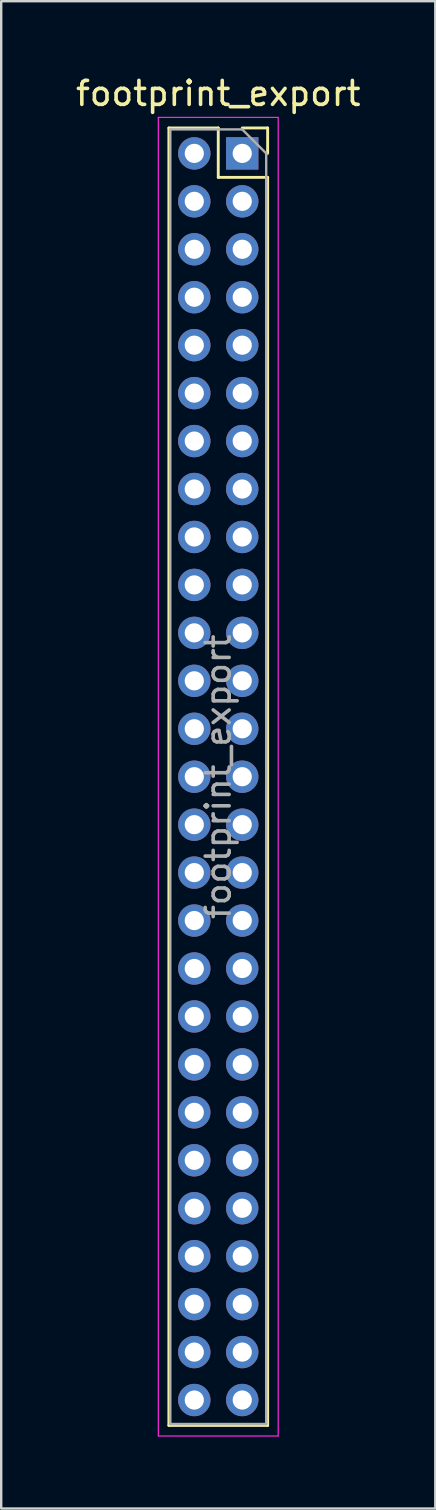
<source format=kicad_pcb>
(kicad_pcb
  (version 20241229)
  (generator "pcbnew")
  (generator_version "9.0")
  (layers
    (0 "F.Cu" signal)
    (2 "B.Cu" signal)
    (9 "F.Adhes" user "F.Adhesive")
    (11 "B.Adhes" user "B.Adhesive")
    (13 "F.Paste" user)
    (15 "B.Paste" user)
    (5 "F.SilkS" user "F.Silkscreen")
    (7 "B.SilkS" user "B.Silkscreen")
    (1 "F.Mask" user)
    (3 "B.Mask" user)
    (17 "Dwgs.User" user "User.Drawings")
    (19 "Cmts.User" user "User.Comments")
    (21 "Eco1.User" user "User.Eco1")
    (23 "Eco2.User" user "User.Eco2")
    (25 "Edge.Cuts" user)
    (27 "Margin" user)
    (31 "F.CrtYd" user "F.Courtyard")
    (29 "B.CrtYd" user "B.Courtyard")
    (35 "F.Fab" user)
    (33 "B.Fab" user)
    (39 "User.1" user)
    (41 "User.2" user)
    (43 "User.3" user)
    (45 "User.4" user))
  (footprint "footprint_export"
    (layer "F.Cu")
    (at 7.054 3.348)
    (property "Reference" "footprint_export" (at -1 -2.5 0) (layer "F.SilkS") (effects (font (size 1 1) (thickness 0.15))))
    (attr through_hole)
    (fp_line (start -3.06 -1.06) (end -3.06 53.06) (stroke (width 0.12) (type solid)) (layer "F.SilkS"))
    (fp_line (start -3.06 -1.06) (end -1 -1.06) (stroke (width 0.12) (type solid)) (layer "F.SilkS"))
    (fp_line (start -3.06 53.06) (end 1.06 53.06) (stroke (width 0.12) (type solid)) (layer "F.SilkS"))
    (fp_line (start -1 -1.06) (end -1 1) (stroke (width 0.12) (type solid)) (layer "F.SilkS"))
    (fp_line (start -1 1) (end 1.06 1) (stroke (width 0.12) (type solid)) (layer "F.SilkS"))
    (fp_line (start 0 -1.06) (end 1.06 -1.06) (stroke (width 0.12) (type solid)) (layer "F.SilkS"))
    (fp_line (start 1.06 -1.06) (end 1.06 0) (stroke (width 0.12) (type solid)) (layer "F.SilkS"))
    (fp_line (start 1.06 1) (end 1.06 53.06) (stroke (width 0.12) (type solid)) (layer "F.SilkS"))
    (fp_line (start -3.5 -1.5) (end 1.5 -1.5) (stroke (width 0.05) (type solid)) (layer "F.CrtYd"))
    (fp_line (start -3.5 53.5) (end -3.5 -1.5) (stroke (width 0.05) (type solid)) (layer "F.CrtYd"))
    (fp_line (start 1.5 -1.5) (end 1.5 53.5) (stroke (width 0.05) (type solid)) (layer "F.CrtYd"))
    (fp_line (start 1.5 53.5) (end -3.5 53.5) (stroke (width 0.05) (type solid)) (layer "F.CrtYd"))
    (fp_line (start -3 -1) (end 0 -1) (stroke (width 0.1) (type solid)) (layer "F.Fab"))
    (fp_line (start -3 53) (end -3 -1) (stroke (width 0.1) (type solid)) (layer "F.Fab"))
    (fp_line (start 0 -1) (end 1 0) (stroke (width 0.1) (type solid)) (layer "F.Fab"))
    (fp_line (start 1 0) (end 1 53) (stroke (width 0.1) (type solid)) (layer "F.Fab"))
    (fp_line (start 1 53) (end -3 53) (stroke (width 0.1) (type solid)) (layer "F.Fab"))
    (fp_text user "${REFERENCE}" (at -1 26 90) (layer "F.Fab") (effects (font (size 1 1) (thickness 0.15))))
    (pad "1" thru_hole rect (at 0 0) (size 1.35 1.35) (drill 0.8) (layers "*.Cu" "*.Mask"))
    (pad "2" thru_hole oval (at -2 0) (size 1.35 1.35) (drill 0.8) (layers "*.Cu" "*.Mask"))
    (pad "3" thru_hole oval (at 0 2) (size 1.35 1.35) (drill 0.8) (layers "*.Cu" "*.Mask"))
    (pad "4" thru_hole oval (at -2 2) (size 1.35 1.35) (drill 0.8) (layers "*.Cu" "*.Mask"))
    (pad "5" thru_hole oval (at 0 4) (size 1.35 1.35) (drill 0.8) (layers "*.Cu" "*.Mask"))
    (pad "6" thru_hole oval (at -2 4) (size 1.35 1.35) (drill 0.8) (layers "*.Cu" "*.Mask"))
    (pad "7" thru_hole oval (at 0 6) (size 1.35 1.35) (drill 0.8) (layers "*.Cu" "*.Mask"))
    (pad "8" thru_hole oval (at -2 6) (size 1.35 1.35) (drill 0.8) (layers "*.Cu" "*.Mask"))
    (pad "9" thru_hole oval (at 0 8) (size 1.35 1.35) (drill 0.8) (layers "*.Cu" "*.Mask"))
    (pad "10" thru_hole oval (at -2 8) (size 1.35 1.35) (drill 0.8) (layers "*.Cu" "*.Mask"))
    (pad "11" thru_hole oval (at 0 10) (size 1.35 1.35) (drill 0.8) (layers "*.Cu" "*.Mask"))
    (pad "12" thru_hole oval (at -2 10) (size 1.35 1.35) (drill 0.8) (layers "*.Cu" "*.Mask"))
    (pad "13" thru_hole oval (at 0 12) (size 1.35 1.35) (drill 0.8) (layers "*.Cu" "*.Mask"))
    (pad "14" thru_hole oval (at -2 12) (size 1.35 1.35) (drill 0.8) (layers "*.Cu" "*.Mask"))
    (pad "15" thru_hole oval (at 0 14) (size 1.35 1.35) (drill 0.8) (layers "*.Cu" "*.Mask"))
    (pad "16" thru_hole oval (at -2 14) (size 1.35 1.35) (drill 0.8) (layers "*.Cu" "*.Mask"))
    (pad "17" thru_hole oval (at 0 16) (size 1.35 1.35) (drill 0.8) (layers "*.Cu" "*.Mask"))
    (pad "18" thru_hole oval (at -2 16) (size 1.35 1.35) (drill 0.8) (layers "*.Cu" "*.Mask"))
    (pad "19" thru_hole oval (at 0 18) (size 1.35 1.35) (drill 0.8) (layers "*.Cu" "*.Mask"))
    (pad "20" thru_hole oval (at -2 18) (size 1.35 1.35) (drill 0.8) (layers "*.Cu" "*.Mask"))
    (pad "21" thru_hole oval (at 0 20) (size 1.35 1.35) (drill 0.8) (layers "*.Cu" "*.Mask"))
    (pad "22" thru_hole oval (at -2 20) (size 1.35 1.35) (drill 0.8) (layers "*.Cu" "*.Mask"))
    (pad "23" thru_hole oval (at 0 22) (size 1.35 1.35) (drill 0.8) (layers "*.Cu" "*.Mask"))
    (pad "24" thru_hole oval (at -2 22) (size 1.35 1.35) (drill 0.8) (layers "*.Cu" "*.Mask"))
    (pad "25" thru_hole oval (at 0 24) (size 1.35 1.35) (drill 0.8) (layers "*.Cu" "*.Mask"))
    (pad "26" thru_hole oval (at -2 24) (size 1.35 1.35) (drill 0.8) (layers "*.Cu" "*.Mask"))
    (pad "27" thru_hole oval (at 0 26) (size 1.35 1.35) (drill 0.8) (layers "*.Cu" "*.Mask"))
    (pad "28" thru_hole oval (at -2 26) (size 1.35 1.35) (drill 0.8) (layers "*.Cu" "*.Mask"))
    (pad "29" thru_hole oval (at 0 28) (size 1.35 1.35) (drill 0.8) (layers "*.Cu" "*.Mask"))
    (pad "30" thru_hole oval (at -2 28) (size 1.35 1.35) (drill 0.8) (layers "*.Cu" "*.Mask"))
    (pad "31" thru_hole oval (at 0 30) (size 1.35 1.35) (drill 0.8) (layers "*.Cu" "*.Mask"))
    (pad "32" thru_hole oval (at -2 30) (size 1.35 1.35) (drill 0.8) (layers "*.Cu" "*.Mask"))
    (pad "33" thru_hole oval (at 0 32) (size 1.35 1.35) (drill 0.8) (layers "*.Cu" "*.Mask"))
    (pad "34" thru_hole oval (at -2 32) (size 1.35 1.35) (drill 0.8) (layers "*.Cu" "*.Mask"))
    (pad "35" thru_hole oval (at 0 34) (size 1.35 1.35) (drill 0.8) (layers "*.Cu" "*.Mask"))
    (pad "36" thru_hole oval (at -2 34) (size 1.35 1.35) (drill 0.8) (layers "*.Cu" "*.Mask"))
    (pad "37" thru_hole oval (at 0 36) (size 1.35 1.35) (drill 0.8) (layers "*.Cu" "*.Mask"))
    (pad "38" thru_hole oval (at -2 36) (size 1.35 1.35) (drill 0.8) (layers "*.Cu" "*.Mask"))
    (pad "39" thru_hole oval (at 0 38) (size 1.35 1.35) (drill 0.8) (layers "*.Cu" "*.Mask"))
    (pad "40" thru_hole oval (at -2 38) (size 1.35 1.35) (drill 0.8) (layers "*.Cu" "*.Mask"))
    (pad "41" thru_hole oval (at 0 40) (size 1.35 1.35) (drill 0.8) (layers "*.Cu" "*.Mask"))
    (pad "42" thru_hole oval (at -2 40) (size 1.35 1.35) (drill 0.8) (layers "*.Cu" "*.Mask"))
    (pad "43" thru_hole oval (at 0 42) (size 1.35 1.35) (drill 0.8) (layers "*.Cu" "*.Mask"))
    (pad "44" thru_hole oval (at -2 42) (size 1.35 1.35) (drill 0.8) (layers "*.Cu" "*.Mask"))
    (pad "45" thru_hole oval (at 0 44) (size 1.35 1.35) (drill 0.8) (layers "*.Cu" "*.Mask"))
    (pad "46" thru_hole oval (at -2 44) (size 1.35 1.35) (drill 0.8) (layers "*.Cu" "*.Mask"))
    (pad "47" thru_hole oval (at 0 46) (size 1.35 1.35) (drill 0.8) (layers "*.Cu" "*.Mask"))
    (pad "48" thru_hole oval (at -2 46) (size 1.35 1.35) (drill 0.8) (layers "*.Cu" "*.Mask"))
    (pad "49" thru_hole oval (at 0 48) (size 1.35 1.35) (drill 0.8) (layers "*.Cu" "*.Mask"))
    (pad "50" thru_hole oval (at -2 48) (size 1.35 1.35) (drill 0.8) (layers "*.Cu" "*.Mask"))
    (pad "51" thru_hole oval (at 0 50) (size 1.35 1.35) (drill 0.8) (layers "*.Cu" "*.Mask"))
    (pad "52" thru_hole oval (at -2 50) (size 1.35 1.35) (drill 0.8) (layers "*.Cu" "*.Mask"))
    (pad "53" thru_hole oval (at 0 52) (size 1.35 1.35) (drill 0.8) (layers "*.Cu" "*.Mask"))
    (pad "54" thru_hole oval (at -2 52) (size 1.35 1.35) (drill 0.8) (layers "*.Cu" "*.Mask")))
  (gr_rect
    (start -3 -3)
    (end 15.107 59.873)
    (stroke (width 0.1) (type default))
    (fill no)
    (layer "Edge.Cuts")))
</source>
